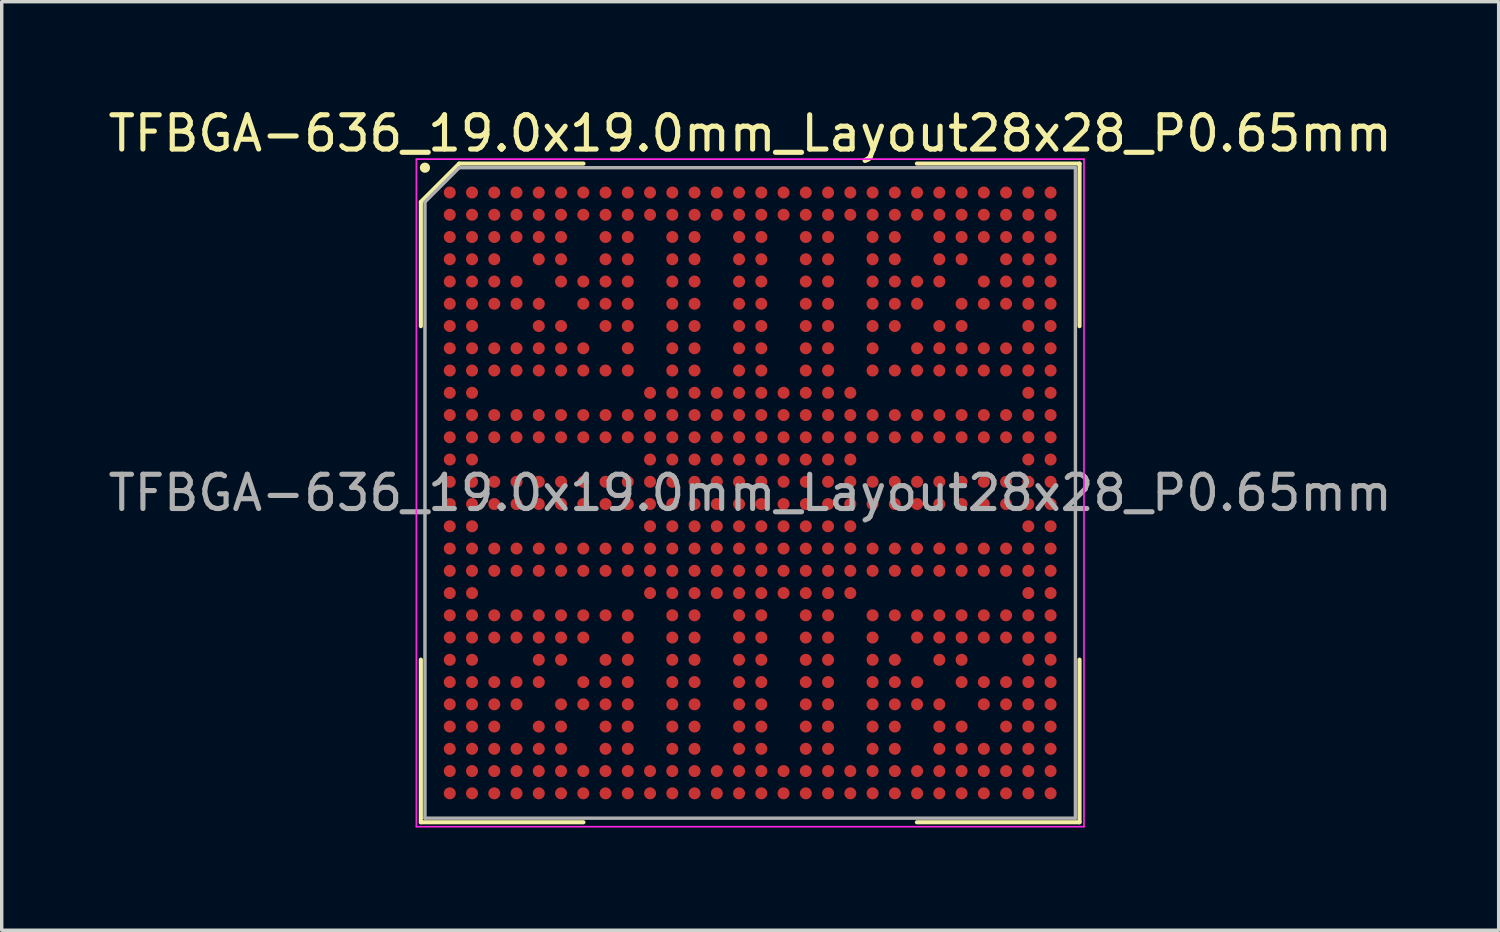
<source format=kicad_pcb>
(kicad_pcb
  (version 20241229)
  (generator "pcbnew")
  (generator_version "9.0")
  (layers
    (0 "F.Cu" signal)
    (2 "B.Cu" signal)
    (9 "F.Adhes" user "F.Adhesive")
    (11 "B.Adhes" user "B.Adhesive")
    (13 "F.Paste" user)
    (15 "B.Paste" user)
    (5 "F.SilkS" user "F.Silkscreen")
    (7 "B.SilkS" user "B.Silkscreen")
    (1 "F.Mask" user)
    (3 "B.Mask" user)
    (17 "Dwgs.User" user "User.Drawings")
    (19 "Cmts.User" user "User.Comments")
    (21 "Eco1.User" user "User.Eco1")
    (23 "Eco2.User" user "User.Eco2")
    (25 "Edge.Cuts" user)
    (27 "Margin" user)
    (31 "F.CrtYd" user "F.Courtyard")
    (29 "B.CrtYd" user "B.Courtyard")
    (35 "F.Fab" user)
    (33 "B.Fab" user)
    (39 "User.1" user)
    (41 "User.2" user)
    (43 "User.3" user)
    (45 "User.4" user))
  (footprint "TFBGA-636_19.0x19.0mm_Layout28x28_P0.65mm"
    (layer "F.Cu")
    (at 18.863 11.348)
    (property "Reference" "TFBGA-636_19.0x19.0mm_Layout28x28_P0.65mm" (at 0 -10.5 0) (layer "F.SilkS") (effects (font (size 1 1) (thickness 0.15))))
    (attr smd)
    (fp_line (start -9.62 -8.5) (end -9.62 -4.87) (stroke (width 0.12) (type solid)) (layer "F.SilkS"))
    (fp_line (start -9.62 9.62) (end -9.62 4.87) (stroke (width 0.12) (type solid)) (layer "F.SilkS"))
    (fp_line (start -8.5 -9.62) (end -9.62 -8.5) (stroke (width 0.12) (type solid)) (layer "F.SilkS"))
    (fp_line (start -4.87 -9.62) (end -8.5 -9.62) (stroke (width 0.12) (type solid)) (layer "F.SilkS"))
    (fp_line (start -4.87 9.62) (end -9.62 9.62) (stroke (width 0.12) (type solid)) (layer "F.SilkS"))
    (fp_line (start 4.87 -9.62) (end 9.62 -9.62) (stroke (width 0.12) (type solid)) (layer "F.SilkS"))
    (fp_line (start 4.87 9.62) (end 9.62 9.62) (stroke (width 0.12) (type solid)) (layer "F.SilkS"))
    (fp_line (start 9.62 -9.62) (end 9.62 -4.87) (stroke (width 0.12) (type solid)) (layer "F.SilkS"))
    (fp_line (start 9.62 9.62) (end 9.62 4.87) (stroke (width 0.12) (type solid)) (layer "F.SilkS"))
    (fp_circle (center -9.5 -9.5) (end -9.425 -9.5) (stroke (width 0.15) (type solid)) (fill no) (layer "F.SilkS"))
    (fp_line (start -9.75 -9.75) (end 9.75 -9.75) (stroke (width 0.05) (type solid)) (layer "F.CrtYd"))
    (fp_line (start -9.75 9.75) (end -9.75 -9.75) (stroke (width 0.05) (type solid)) (layer "F.CrtYd"))
    (fp_line (start 9.75 -9.75) (end 9.75 9.75) (stroke (width 0.05) (type solid)) (layer "F.CrtYd"))
    (fp_line (start 9.75 9.75) (end -9.75 9.75) (stroke (width 0.05) (type solid)) (layer "F.CrtYd"))
    (fp_line (start -9.5 -8.5) (end -9.5 9.5) (stroke (width 0.1) (type solid)) (layer "F.Fab"))
    (fp_line (start -9.5 9.5) (end 9.5 9.5) (stroke (width 0.1) (type solid)) (layer "F.Fab"))
    (fp_line (start -8.5 -9.5) (end -9.5 -8.5) (stroke (width 0.1) (type solid)) (layer "F.Fab"))
    (fp_line (start 9.5 -9.5) (end -8.5 -9.5) (stroke (width 0.1) (type solid)) (layer "F.Fab"))
    (fp_line (start 9.5 9.5) (end 9.5 -9.5) (stroke (width 0.1) (type solid)) (layer "F.Fab"))
    (fp_text user "${REFERENCE}" (at 0 0 0) (layer "F.Fab") (effects (font (size 1 1) (thickness 0.15))))
    (pad "A1" smd circle (at -8.775 -8.775) (size 0.35 0.35) (layers "F.Cu" "F.Mask" "F.Paste"))
    (pad "A2" smd circle (at -8.125 -8.775) (size 0.35 0.35) (layers "F.Cu" "F.Mask" "F.Paste"))
    (pad "A3" smd circle (at -7.475 -8.775) (size 0.35 0.35) (layers "F.Cu" "F.Mask" "F.Paste"))
    (pad "A4" smd circle (at -6.825 -8.775) (size 0.35 0.35) (layers "F.Cu" "F.Mask" "F.Paste"))
    (pad "A5" smd circle (at -6.175 -8.775) (size 0.35 0.35) (layers "F.Cu" "F.Mask" "F.Paste"))
    (pad "A6" smd circle (at -5.525 -8.775) (size 0.35 0.35) (layers "F.Cu" "F.Mask" "F.Paste"))
    (pad "A7" smd circle (at -4.875 -8.775) (size 0.35 0.35) (layers "F.Cu" "F.Mask" "F.Paste"))
    (pad "A8" smd circle (at -4.225 -8.775) (size 0.35 0.35) (layers "F.Cu" "F.Mask" "F.Paste"))
    (pad "A9" smd circle (at -3.575 -8.775) (size 0.35 0.35) (layers "F.Cu" "F.Mask" "F.Paste"))
    (pad "A10" smd circle (at -2.925 -8.775) (size 0.35 0.35) (layers "F.Cu" "F.Mask" "F.Paste"))
    (pad "A11" smd circle (at -2.275 -8.775) (size 0.35 0.35) (layers "F.Cu" "F.Mask" "F.Paste"))
    (pad "A12" smd circle (at -1.625 -8.775) (size 0.35 0.35) (layers "F.Cu" "F.Mask" "F.Paste"))
    (pad "A13" smd circle (at -0.975 -8.775) (size 0.35 0.35) (layers "F.Cu" "F.Mask" "F.Paste"))
    (pad "A14" smd circle (at -0.325 -8.775) (size 0.35 0.35) (layers "F.Cu" "F.Mask" "F.Paste"))
    (pad "A15" smd circle (at 0.325 -8.775) (size 0.35 0.35) (layers "F.Cu" "F.Mask" "F.Paste"))
    (pad "A16" smd circle (at 0.975 -8.775) (size 0.35 0.35) (layers "F.Cu" "F.Mask" "F.Paste"))
    (pad "A17" smd circle (at 1.625 -8.775) (size 0.35 0.35) (layers "F.Cu" "F.Mask" "F.Paste"))
    (pad "A18" smd circle (at 2.275 -8.775) (size 0.35 0.35) (layers "F.Cu" "F.Mask" "F.Paste"))
    (pad "A19" smd circle (at 2.925 -8.775) (size 0.35 0.35) (layers "F.Cu" "F.Mask" "F.Paste"))
    (pad "A20" smd circle (at 3.575 -8.775) (size 0.35 0.35) (layers "F.Cu" "F.Mask" "F.Paste"))
    (pad "A21" smd circle (at 4.225 -8.775) (size 0.35 0.35) (layers "F.Cu" "F.Mask" "F.Paste"))
    (pad "A22" smd circle (at 4.875 -8.775) (size 0.35 0.35) (layers "F.Cu" "F.Mask" "F.Paste"))
    (pad "A23" smd circle (at 5.525 -8.775) (size 0.35 0.35) (layers "F.Cu" "F.Mask" "F.Paste"))
    (pad "A24" smd circle (at 6.175 -8.775) (size 0.35 0.35) (layers "F.Cu" "F.Mask" "F.Paste"))
    (pad "A25" smd circle (at 6.825 -8.775) (size 0.35 0.35) (layers "F.Cu" "F.Mask" "F.Paste"))
    (pad "A26" smd circle (at 7.475 -8.775) (size 0.35 0.35) (layers "F.Cu" "F.Mask" "F.Paste"))
    (pad "A27" smd circle (at 8.125 -8.775) (size 0.35 0.35) (layers "F.Cu" "F.Mask" "F.Paste"))
    (pad "A28" smd circle (at 8.775 -8.775) (size 0.35 0.35) (layers "F.Cu" "F.Mask" "F.Paste"))
    (pad "AA1" smd circle (at -8.775 4.225) (size 0.35 0.35) (layers "F.Cu" "F.Mask" "F.Paste"))
    (pad "AA2" smd circle (at -8.125 4.225) (size 0.35 0.35) (layers "F.Cu" "F.Mask" "F.Paste"))
    (pad "AA3" smd circle (at -7.475 4.225) (size 0.35 0.35) (layers "F.Cu" "F.Mask" "F.Paste"))
    (pad "AA4" smd circle (at -6.825 4.225) (size 0.35 0.35) (layers "F.Cu" "F.Mask" "F.Paste"))
    (pad "AA5" smd circle (at -6.175 4.225) (size 0.35 0.35) (layers "F.Cu" "F.Mask" "F.Paste"))
    (pad "AA6" smd circle (at -5.525 4.225) (size 0.35 0.35) (layers "F.Cu" "F.Mask" "F.Paste"))
    (pad "AA7" smd circle (at -4.875 4.225) (size 0.35 0.35) (layers "F.Cu" "F.Mask" "F.Paste"))
    (pad "AA9" smd circle (at -3.575 4.225) (size 0.35 0.35) (layers "F.Cu" "F.Mask" "F.Paste"))
    (pad "AA11" smd circle (at -2.275 4.225) (size 0.35 0.35) (layers "F.Cu" "F.Mask" "F.Paste"))
    (pad "AA12" smd circle (at -1.625 4.225) (size 0.35 0.35) (layers "F.Cu" "F.Mask" "F.Paste"))
    (pad "AA14" smd circle (at -0.325 4.225) (size 0.35 0.35) (layers "F.Cu" "F.Mask" "F.Paste"))
    (pad "AA15" smd circle (at 0.325 4.225) (size 0.35 0.35) (layers "F.Cu" "F.Mask" "F.Paste"))
    (pad "AA17" smd circle (at 1.625 4.225) (size 0.35 0.35) (layers "F.Cu" "F.Mask" "F.Paste"))
    (pad "AA18" smd circle (at 2.275 4.225) (size 0.35 0.35) (layers "F.Cu" "F.Mask" "F.Paste"))
    (pad "AA20" smd circle (at 3.575 4.225) (size 0.35 0.35) (layers "F.Cu" "F.Mask" "F.Paste"))
    (pad "AA22" smd circle (at 4.875 4.225) (size 0.35 0.35) (layers "F.Cu" "F.Mask" "F.Paste"))
    (pad "AA23" smd circle (at 5.525 4.225) (size 0.35 0.35) (layers "F.Cu" "F.Mask" "F.Paste"))
    (pad "AA24" smd circle (at 6.175 4.225) (size 0.35 0.35) (layers "F.Cu" "F.Mask" "F.Paste"))
    (pad "AA25" smd circle (at 6.825 4.225) (size 0.35 0.35) (layers "F.Cu" "F.Mask" "F.Paste"))
    (pad "AA26" smd circle (at 7.475 4.225) (size 0.35 0.35) (layers "F.Cu" "F.Mask" "F.Paste"))
    (pad "AA27" smd circle (at 8.125 4.225) (size 0.35 0.35) (layers "F.Cu" "F.Mask" "F.Paste"))
    (pad "AA28" smd circle (at 8.775 4.225) (size 0.35 0.35) (layers "F.Cu" "F.Mask" "F.Paste"))
    (pad "AB1" smd circle (at -8.775 4.875) (size 0.35 0.35) (layers "F.Cu" "F.Mask" "F.Paste"))
    (pad "AB2" smd circle (at -8.125 4.875) (size 0.35 0.35) (layers "F.Cu" "F.Mask" "F.Paste"))
    (pad "AB5" smd circle (at -6.175 4.875) (size 0.35 0.35) (layers "F.Cu" "F.Mask" "F.Paste"))
    (pad "AB6" smd circle (at -5.525 4.875) (size 0.35 0.35) (layers "F.Cu" "F.Mask" "F.Paste"))
    (pad "AB8" smd circle (at -4.225 4.875) (size 0.35 0.35) (layers "F.Cu" "F.Mask" "F.Paste"))
    (pad "AB9" smd circle (at -3.575 4.875) (size 0.35 0.35) (layers "F.Cu" "F.Mask" "F.Paste"))
    (pad "AB11" smd circle (at -2.275 4.875) (size 0.35 0.35) (layers "F.Cu" "F.Mask" "F.Paste"))
    (pad "AB12" smd circle (at -1.625 4.875) (size 0.35 0.35) (layers "F.Cu" "F.Mask" "F.Paste"))
    (pad "AB14" smd circle (at -0.325 4.875) (size 0.35 0.35) (layers "F.Cu" "F.Mask" "F.Paste"))
    (pad "AB15" smd circle (at 0.325 4.875) (size 0.35 0.35) (layers "F.Cu" "F.Mask" "F.Paste"))
    (pad "AB17" smd circle (at 1.625 4.875) (size 0.35 0.35) (layers "F.Cu" "F.Mask" "F.Paste"))
    (pad "AB18" smd circle (at 2.275 4.875) (size 0.35 0.35) (layers "F.Cu" "F.Mask" "F.Paste"))
    (pad "AB20" smd circle (at 3.575 4.875) (size 0.35 0.35) (layers "F.Cu" "F.Mask" "F.Paste"))
    (pad "AB21" smd circle (at 4.225 4.875) (size 0.35 0.35) (layers "F.Cu" "F.Mask" "F.Paste"))
    (pad "AB23" smd circle (at 5.525 4.875) (size 0.35 0.35) (layers "F.Cu" "F.Mask" "F.Paste"))
    (pad "AB24" smd circle (at 6.175 4.875) (size 0.35 0.35) (layers "F.Cu" "F.Mask" "F.Paste"))
    (pad "AB27" smd circle (at 8.125 4.875) (size 0.35 0.35) (layers "F.Cu" "F.Mask" "F.Paste"))
    (pad "AB28" smd circle (at 8.775 4.875) (size 0.35 0.35) (layers "F.Cu" "F.Mask" "F.Paste"))
    (pad "AC1" smd circle (at -8.775 5.525) (size 0.35 0.35) (layers "F.Cu" "F.Mask" "F.Paste"))
    (pad "AC2" smd circle (at -8.125 5.525) (size 0.35 0.35) (layers "F.Cu" "F.Mask" "F.Paste"))
    (pad "AC3" smd circle (at -7.475 5.525) (size 0.35 0.35) (layers "F.Cu" "F.Mask" "F.Paste"))
    (pad "AC4" smd circle (at -6.825 5.525) (size 0.35 0.35) (layers "F.Cu" "F.Mask" "F.Paste"))
    (pad "AC5" smd circle (at -6.175 5.525) (size 0.35 0.35) (layers "F.Cu" "F.Mask" "F.Paste"))
    (pad "AC7" smd circle (at -4.875 5.525) (size 0.35 0.35) (layers "F.Cu" "F.Mask" "F.Paste"))
    (pad "AC8" smd circle (at -4.225 5.525) (size 0.35 0.35) (layers "F.Cu" "F.Mask" "F.Paste"))
    (pad "AC9" smd circle (at -3.575 5.525) (size 0.35 0.35) (layers "F.Cu" "F.Mask" "F.Paste"))
    (pad "AC11" smd circle (at -2.275 5.525) (size 0.35 0.35) (layers "F.Cu" "F.Mask" "F.Paste"))
    (pad "AC12" smd circle (at -1.625 5.525) (size 0.35 0.35) (layers "F.Cu" "F.Mask" "F.Paste"))
    (pad "AC14" smd circle (at -0.325 5.525) (size 0.35 0.35) (layers "F.Cu" "F.Mask" "F.Paste"))
    (pad "AC15" smd circle (at 0.325 5.525) (size 0.35 0.35) (layers "F.Cu" "F.Mask" "F.Paste"))
    (pad "AC17" smd circle (at 1.625 5.525) (size 0.35 0.35) (layers "F.Cu" "F.Mask" "F.Paste"))
    (pad "AC18" smd circle (at 2.275 5.525) (size 0.35 0.35) (layers "F.Cu" "F.Mask" "F.Paste"))
    (pad "AC20" smd circle (at 3.575 5.525) (size 0.35 0.35) (layers "F.Cu" "F.Mask" "F.Paste"))
    (pad "AC21" smd circle (at 4.225 5.525) (size 0.35 0.35) (layers "F.Cu" "F.Mask" "F.Paste"))
    (pad "AC22" smd circle (at 4.875 5.525) (size 0.35 0.35) (layers "F.Cu" "F.Mask" "F.Paste"))
    (pad "AC24" smd circle (at 6.175 5.525) (size 0.35 0.35) (layers "F.Cu" "F.Mask" "F.Paste"))
    (pad "AC25" smd circle (at 6.825 5.525) (size 0.35 0.35) (layers "F.Cu" "F.Mask" "F.Paste"))
    (pad "AC26" smd circle (at 7.475 5.525) (size 0.35 0.35) (layers "F.Cu" "F.Mask" "F.Paste"))
    (pad "AC27" smd circle (at 8.125 5.525) (size 0.35 0.35) (layers "F.Cu" "F.Mask" "F.Paste"))
    (pad "AC28" smd circle (at 8.775 5.525) (size 0.35 0.35) (layers "F.Cu" "F.Mask" "F.Paste"))
    (pad "AD1" smd circle (at -8.775 6.175) (size 0.35 0.35) (layers "F.Cu" "F.Mask" "F.Paste"))
    (pad "AD2" smd circle (at -8.125 6.175) (size 0.35 0.35) (layers "F.Cu" "F.Mask" "F.Paste"))
    (pad "AD3" smd circle (at -7.475 6.175) (size 0.35 0.35) (layers "F.Cu" "F.Mask" "F.Paste"))
    (pad "AD4" smd circle (at -6.825 6.175) (size 0.35 0.35) (layers "F.Cu" "F.Mask" "F.Paste"))
    (pad "AD6" smd circle (at -5.525 6.175) (size 0.35 0.35) (layers "F.Cu" "F.Mask" "F.Paste"))
    (pad "AD7" smd circle (at -4.875 6.175) (size 0.35 0.35) (layers "F.Cu" "F.Mask" "F.Paste"))
    (pad "AD8" smd circle (at -4.225 6.175) (size 0.35 0.35) (layers "F.Cu" "F.Mask" "F.Paste"))
    (pad "AD9" smd circle (at -3.575 6.175) (size 0.35 0.35) (layers "F.Cu" "F.Mask" "F.Paste"))
    (pad "AD11" smd circle (at -2.275 6.175) (size 0.35 0.35) (layers "F.Cu" "F.Mask" "F.Paste"))
    (pad "AD12" smd circle (at -1.625 6.175) (size 0.35 0.35) (layers "F.Cu" "F.Mask" "F.Paste"))
    (pad "AD14" smd circle (at -0.325 6.175) (size 0.35 0.35) (layers "F.Cu" "F.Mask" "F.Paste"))
    (pad "AD15" smd circle (at 0.325 6.175) (size 0.35 0.35) (layers "F.Cu" "F.Mask" "F.Paste"))
    (pad "AD17" smd circle (at 1.625 6.175) (size 0.35 0.35) (layers "F.Cu" "F.Mask" "F.Paste"))
    (pad "AD18" smd circle (at 2.275 6.175) (size 0.35 0.35) (layers "F.Cu" "F.Mask" "F.Paste"))
    (pad "AD20" smd circle (at 3.575 6.175) (size 0.35 0.35) (layers "F.Cu" "F.Mask" "F.Paste"))
    (pad "AD21" smd circle (at 4.225 6.175) (size 0.35 0.35) (layers "F.Cu" "F.Mask" "F.Paste"))
    (pad "AD22" smd circle (at 4.875 6.175) (size 0.35 0.35) (layers "F.Cu" "F.Mask" "F.Paste"))
    (pad "AD23" smd circle (at 5.525 6.175) (size 0.35 0.35) (layers "F.Cu" "F.Mask" "F.Paste"))
    (pad "AD25" smd circle (at 6.825 6.175) (size 0.35 0.35) (layers "F.Cu" "F.Mask" "F.Paste"))
    (pad "AD26" smd circle (at 7.475 6.175) (size 0.35 0.35) (layers "F.Cu" "F.Mask" "F.Paste"))
    (pad "AD27" smd circle (at 8.125 6.175) (size 0.35 0.35) (layers "F.Cu" "F.Mask" "F.Paste"))
    (pad "AD28" smd circle (at 8.775 6.175) (size 0.35 0.35) (layers "F.Cu" "F.Mask" "F.Paste"))
    (pad "AE1" smd circle (at -8.775 6.825) (size 0.35 0.35) (layers "F.Cu" "F.Mask" "F.Paste"))
    (pad "AE2" smd circle (at -8.125 6.825) (size 0.35 0.35) (layers "F.Cu" "F.Mask" "F.Paste"))
    (pad "AE3" smd circle (at -7.475 6.825) (size 0.35 0.35) (layers "F.Cu" "F.Mask" "F.Paste"))
    (pad "AE5" smd circle (at -6.175 6.825) (size 0.35 0.35) (layers "F.Cu" "F.Mask" "F.Paste"))
    (pad "AE6" smd circle (at -5.525 6.825) (size 0.35 0.35) (layers "F.Cu" "F.Mask" "F.Paste"))
    (pad "AE8" smd circle (at -4.225 6.825) (size 0.35 0.35) (layers "F.Cu" "F.Mask" "F.Paste"))
    (pad "AE9" smd circle (at -3.575 6.825) (size 0.35 0.35) (layers "F.Cu" "F.Mask" "F.Paste"))
    (pad "AE11" smd circle (at -2.275 6.825) (size 0.35 0.35) (layers "F.Cu" "F.Mask" "F.Paste"))
    (pad "AE12" smd circle (at -1.625 6.825) (size 0.35 0.35) (layers "F.Cu" "F.Mask" "F.Paste"))
    (pad "AE14" smd circle (at -0.325 6.825) (size 0.35 0.35) (layers "F.Cu" "F.Mask" "F.Paste"))
    (pad "AE15" smd circle (at 0.325 6.825) (size 0.35 0.35) (layers "F.Cu" "F.Mask" "F.Paste"))
    (pad "AE17" smd circle (at 1.625 6.825) (size 0.35 0.35) (layers "F.Cu" "F.Mask" "F.Paste"))
    (pad "AE18" smd circle (at 2.275 6.825) (size 0.35 0.35) (layers "F.Cu" "F.Mask" "F.Paste"))
    (pad "AE20" smd circle (at 3.575 6.825) (size 0.35 0.35) (layers "F.Cu" "F.Mask" "F.Paste"))
    (pad "AE21" smd circle (at 4.225 6.825) (size 0.35 0.35) (layers "F.Cu" "F.Mask" "F.Paste"))
    (pad "AE23" smd circle (at 5.525 6.825) (size 0.35 0.35) (layers "F.Cu" "F.Mask" "F.Paste"))
    (pad "AE24" smd circle (at 6.175 6.825) (size 0.35 0.35) (layers "F.Cu" "F.Mask" "F.Paste"))
    (pad "AE26" smd circle (at 7.475 6.825) (size 0.35 0.35) (layers "F.Cu" "F.Mask" "F.Paste"))
    (pad "AE27" smd circle (at 8.125 6.825) (size 0.35 0.35) (layers "F.Cu" "F.Mask" "F.Paste"))
    (pad "AE28" smd circle (at 8.775 6.825) (size 0.35 0.35) (layers "F.Cu" "F.Mask" "F.Paste"))
    (pad "AF1" smd circle (at -8.775 7.475) (size 0.35 0.35) (layers "F.Cu" "F.Mask" "F.Paste"))
    (pad "AF2" smd circle (at -8.125 7.475) (size 0.35 0.35) (layers "F.Cu" "F.Mask" "F.Paste"))
    (pad "AF3" smd circle (at -7.475 7.475) (size 0.35 0.35) (layers "F.Cu" "F.Mask" "F.Paste"))
    (pad "AF4" smd circle (at -6.825 7.475) (size 0.35 0.35) (layers "F.Cu" "F.Mask" "F.Paste"))
    (pad "AF5" smd circle (at -6.175 7.475) (size 0.35 0.35) (layers "F.Cu" "F.Mask" "F.Paste"))
    (pad "AF6" smd circle (at -5.525 7.475) (size 0.35 0.35) (layers "F.Cu" "F.Mask" "F.Paste"))
    (pad "AF8" smd circle (at -4.225 7.475) (size 0.35 0.35) (layers "F.Cu" "F.Mask" "F.Paste"))
    (pad "AF9" smd circle (at -3.575 7.475) (size 0.35 0.35) (layers "F.Cu" "F.Mask" "F.Paste"))
    (pad "AF11" smd circle (at -2.275 7.475) (size 0.35 0.35) (layers "F.Cu" "F.Mask" "F.Paste"))
    (pad "AF12" smd circle (at -1.625 7.475) (size 0.35 0.35) (layers "F.Cu" "F.Mask" "F.Paste"))
    (pad "AF14" smd circle (at -0.325 7.475) (size 0.35 0.35) (layers "F.Cu" "F.Mask" "F.Paste"))
    (pad "AF15" smd circle (at 0.325 7.475) (size 0.35 0.35) (layers "F.Cu" "F.Mask" "F.Paste"))
    (pad "AF17" smd circle (at 1.625 7.475) (size 0.35 0.35) (layers "F.Cu" "F.Mask" "F.Paste"))
    (pad "AF18" smd circle (at 2.275 7.475) (size 0.35 0.35) (layers "F.Cu" "F.Mask" "F.Paste"))
    (pad "AF20" smd circle (at 3.575 7.475) (size 0.35 0.35) (layers "F.Cu" "F.Mask" "F.Paste"))
    (pad "AF21" smd circle (at 4.225 7.475) (size 0.35 0.35) (layers "F.Cu" "F.Mask" "F.Paste"))
    (pad "AF23" smd circle (at 5.525 7.475) (size 0.35 0.35) (layers "F.Cu" "F.Mask" "F.Paste"))
    (pad "AF24" smd circle (at 6.175 7.475) (size 0.35 0.35) (layers "F.Cu" "F.Mask" "F.Paste"))
    (pad "AF25" smd circle (at 6.825 7.475) (size 0.35 0.35) (layers "F.Cu" "F.Mask" "F.Paste"))
    (pad "AF26" smd circle (at 7.475 7.475) (size 0.35 0.35) (layers "F.Cu" "F.Mask" "F.Paste"))
    (pad "AF27" smd circle (at 8.125 7.475) (size 0.35 0.35) (layers "F.Cu" "F.Mask" "F.Paste"))
    (pad "AF28" smd circle (at 8.775 7.475) (size 0.35 0.35) (layers "F.Cu" "F.Mask" "F.Paste"))
    (pad "AG1" smd circle (at -8.775 8.125) (size 0.35 0.35) (layers "F.Cu" "F.Mask" "F.Paste"))
    (pad "AG2" smd circle (at -8.125 8.125) (size 0.35 0.35) (layers "F.Cu" "F.Mask" "F.Paste"))
    (pad "AG3" smd circle (at -7.475 8.125) (size 0.35 0.35) (layers "F.Cu" "F.Mask" "F.Paste"))
    (pad "AG4" smd circle (at -6.825 8.125) (size 0.35 0.35) (layers "F.Cu" "F.Mask" "F.Paste"))
    (pad "AG5" smd circle (at -6.175 8.125) (size 0.35 0.35) (layers "F.Cu" "F.Mask" "F.Paste"))
    (pad "AG6" smd circle (at -5.525 8.125) (size 0.35 0.35) (layers "F.Cu" "F.Mask" "F.Paste"))
    (pad "AG7" smd circle (at -4.875 8.125) (size 0.35 0.35) (layers "F.Cu" "F.Mask" "F.Paste"))
    (pad "AG8" smd circle (at -4.225 8.125) (size 0.35 0.35) (layers "F.Cu" "F.Mask" "F.Paste"))
    (pad "AG9" smd circle (at -3.575 8.125) (size 0.35 0.35) (layers "F.Cu" "F.Mask" "F.Paste"))
    (pad "AG10" smd circle (at -2.925 8.125) (size 0.35 0.35) (layers "F.Cu" "F.Mask" "F.Paste"))
    (pad "AG11" smd circle (at -2.275 8.125) (size 0.35 0.35) (layers "F.Cu" "F.Mask" "F.Paste"))
    (pad "AG12" smd circle (at -1.625 8.125) (size 0.35 0.35) (layers "F.Cu" "F.Mask" "F.Paste"))
    (pad "AG13" smd circle (at -0.975 8.125) (size 0.35 0.35) (layers "F.Cu" "F.Mask" "F.Paste"))
    (pad "AG14" smd circle (at -0.325 8.125) (size 0.35 0.35) (layers "F.Cu" "F.Mask" "F.Paste"))
    (pad "AG15" smd circle (at 0.325 8.125) (size 0.35 0.35) (layers "F.Cu" "F.Mask" "F.Paste"))
    (pad "AG16" smd circle (at 0.975 8.125) (size 0.35 0.35) (layers "F.Cu" "F.Mask" "F.Paste"))
    (pad "AG17" smd circle (at 1.625 8.125) (size 0.35 0.35) (layers "F.Cu" "F.Mask" "F.Paste"))
    (pad "AG18" smd circle (at 2.275 8.125) (size 0.35 0.35) (layers "F.Cu" "F.Mask" "F.Paste"))
    (pad "AG19" smd circle (at 2.925 8.125) (size 0.35 0.35) (layers "F.Cu" "F.Mask" "F.Paste"))
    (pad "AG20" smd circle (at 3.575 8.125) (size 0.35 0.35) (layers "F.Cu" "F.Mask" "F.Paste"))
    (pad "AG21" smd circle (at 4.225 8.125) (size 0.35 0.35) (layers "F.Cu" "F.Mask" "F.Paste"))
    (pad "AG22" smd circle (at 4.875 8.125) (size 0.35 0.35) (layers "F.Cu" "F.Mask" "F.Paste"))
    (pad "AG23" smd circle (at 5.525 8.125) (size 0.35 0.35) (layers "F.Cu" "F.Mask" "F.Paste"))
    (pad "AG24" smd circle (at 6.175 8.125) (size 0.35 0.35) (layers "F.Cu" "F.Mask" "F.Paste"))
    (pad "AG25" smd circle (at 6.825 8.125) (size 0.35 0.35) (layers "F.Cu" "F.Mask" "F.Paste"))
    (pad "AG26" smd circle (at 7.475 8.125) (size 0.35 0.35) (layers "F.Cu" "F.Mask" "F.Paste"))
    (pad "AG27" smd circle (at 8.125 8.125) (size 0.35 0.35) (layers "F.Cu" "F.Mask" "F.Paste"))
    (pad "AG28" smd circle (at 8.775 8.125) (size 0.35 0.35) (layers "F.Cu" "F.Mask" "F.Paste"))
    (pad "AH1" smd circle (at -8.775 8.775) (size 0.35 0.35) (layers "F.Cu" "F.Mask" "F.Paste"))
    (pad "AH2" smd circle (at -8.125 8.775) (size 0.35 0.35) (layers "F.Cu" "F.Mask" "F.Paste"))
    (pad "AH3" smd circle (at -7.475 8.775) (size 0.35 0.35) (layers "F.Cu" "F.Mask" "F.Paste"))
    (pad "AH4" smd circle (at -6.825 8.775) (size 0.35 0.35) (layers "F.Cu" "F.Mask" "F.Paste"))
    (pad "AH5" smd circle (at -6.175 8.775) (size 0.35 0.35) (layers "F.Cu" "F.Mask" "F.Paste"))
    (pad "AH6" smd circle (at -5.525 8.775) (size 0.35 0.35) (layers "F.Cu" "F.Mask" "F.Paste"))
    (pad "AH7" smd circle (at -4.875 8.775) (size 0.35 0.35) (layers "F.Cu" "F.Mask" "F.Paste"))
    (pad "AH8" smd circle (at -4.225 8.775) (size 0.35 0.35) (layers "F.Cu" "F.Mask" "F.Paste"))
    (pad "AH9" smd circle (at -3.575 8.775) (size 0.35 0.35) (layers "F.Cu" "F.Mask" "F.Paste"))
    (pad "AH10" smd circle (at -2.925 8.775) (size 0.35 0.35) (layers "F.Cu" "F.Mask" "F.Paste"))
    (pad "AH11" smd circle (at -2.275 8.775) (size 0.35 0.35) (layers "F.Cu" "F.Mask" "F.Paste"))
    (pad "AH12" smd circle (at -1.625 8.775) (size 0.35 0.35) (layers "F.Cu" "F.Mask" "F.Paste"))
    (pad "AH13" smd circle (at -0.975 8.775) (size 0.35 0.35) (layers "F.Cu" "F.Mask" "F.Paste"))
    (pad "AH14" smd circle (at -0.325 8.775) (size 0.35 0.35) (layers "F.Cu" "F.Mask" "F.Paste"))
    (pad "AH15" smd circle (at 0.325 8.775) (size 0.35 0.35) (layers "F.Cu" "F.Mask" "F.Paste"))
    (pad "AH16" smd circle (at 0.975 8.775) (size 0.35 0.35) (layers "F.Cu" "F.Mask" "F.Paste"))
    (pad "AH17" smd circle (at 1.625 8.775) (size 0.35 0.35) (layers "F.Cu" "F.Mask" "F.Paste"))
    (pad "AH18" smd circle (at 2.275 8.775) (size 0.35 0.35) (layers "F.Cu" "F.Mask" "F.Paste"))
    (pad "AH19" smd circle (at 2.925 8.775) (size 0.35 0.35) (layers "F.Cu" "F.Mask" "F.Paste"))
    (pad "AH20" smd circle (at 3.575 8.775) (size 0.35 0.35) (layers "F.Cu" "F.Mask" "F.Paste"))
    (pad "AH21" smd circle (at 4.225 8.775) (size 0.35 0.35) (layers "F.Cu" "F.Mask" "F.Paste"))
    (pad "AH22" smd circle (at 4.875 8.775) (size 0.35 0.35) (layers "F.Cu" "F.Mask" "F.Paste"))
    (pad "AH23" smd circle (at 5.525 8.775) (size 0.35 0.35) (layers "F.Cu" "F.Mask" "F.Paste"))
    (pad "AH24" smd circle (at 6.175 8.775) (size 0.35 0.35) (layers "F.Cu" "F.Mask" "F.Paste"))
    (pad "AH25" smd circle (at 6.825 8.775) (size 0.35 0.35) (layers "F.Cu" "F.Mask" "F.Paste"))
    (pad "AH26" smd circle (at 7.475 8.775) (size 0.35 0.35) (layers "F.Cu" "F.Mask" "F.Paste"))
    (pad "AH27" smd circle (at 8.125 8.775) (size 0.35 0.35) (layers "F.Cu" "F.Mask" "F.Paste"))
    (pad "AH28" smd circle (at 8.775 8.775) (size 0.35 0.35) (layers "F.Cu" "F.Mask" "F.Paste"))
    (pad "B1" smd circle (at -8.775 -8.125) (size 0.35 0.35) (layers "F.Cu" "F.Mask" "F.Paste"))
    (pad "B2" smd circle (at -8.125 -8.125) (size 0.35 0.35) (layers "F.Cu" "F.Mask" "F.Paste"))
    (pad "B3" smd circle (at -7.475 -8.125) (size 0.35 0.35) (layers "F.Cu" "F.Mask" "F.Paste"))
    (pad "B4" smd circle (at -6.825 -8.125) (size 0.35 0.35) (layers "F.Cu" "F.Mask" "F.Paste"))
    (pad "B5" smd circle (at -6.175 -8.125) (size 0.35 0.35) (layers "F.Cu" "F.Mask" "F.Paste"))
    (pad "B6" smd circle (at -5.525 -8.125) (size 0.35 0.35) (layers "F.Cu" "F.Mask" "F.Paste"))
    (pad "B7" smd circle (at -4.875 -8.125) (size 0.35 0.35) (layers "F.Cu" "F.Mask" "F.Paste"))
    (pad "B8" smd circle (at -4.225 -8.125) (size 0.35 0.35) (layers "F.Cu" "F.Mask" "F.Paste"))
    (pad "B9" smd circle (at -3.575 -8.125) (size 0.35 0.35) (layers "F.Cu" "F.Mask" "F.Paste"))
    (pad "B10" smd circle (at -2.925 -8.125) (size 0.35 0.35) (layers "F.Cu" "F.Mask" "F.Paste"))
    (pad "B11" smd circle (at -2.275 -8.125) (size 0.35 0.35) (layers "F.Cu" "F.Mask" "F.Paste"))
    (pad "B12" smd circle (at -1.625 -8.125) (size 0.35 0.35) (layers "F.Cu" "F.Mask" "F.Paste"))
    (pad "B13" smd circle (at -0.975 -8.125) (size 0.35 0.35) (layers "F.Cu" "F.Mask" "F.Paste"))
    (pad "B14" smd circle (at -0.325 -8.125) (size 0.35 0.35) (layers "F.Cu" "F.Mask" "F.Paste"))
    (pad "B15" smd circle (at 0.325 -8.125) (size 0.35 0.35) (layers "F.Cu" "F.Mask" "F.Paste"))
    (pad "B16" smd circle (at 0.975 -8.125) (size 0.35 0.35) (layers "F.Cu" "F.Mask" "F.Paste"))
    (pad "B17" smd circle (at 1.625 -8.125) (size 0.35 0.35) (layers "F.Cu" "F.Mask" "F.Paste"))
    (pad "B18" smd circle (at 2.275 -8.125) (size 0.35 0.35) (layers "F.Cu" "F.Mask" "F.Paste"))
    (pad "B19" smd circle (at 2.925 -8.125) (size 0.35 0.35) (layers "F.Cu" "F.Mask" "F.Paste"))
    (pad "B20" smd circle (at 3.575 -8.125) (size 0.35 0.35) (layers "F.Cu" "F.Mask" "F.Paste"))
    (pad "B21" smd circle (at 4.225 -8.125) (size 0.35 0.35) (layers "F.Cu" "F.Mask" "F.Paste"))
    (pad "B22" smd circle (at 4.875 -8.125) (size 0.35 0.35) (layers "F.Cu" "F.Mask" "F.Paste"))
    (pad "B23" smd circle (at 5.525 -8.125) (size 0.35 0.35) (layers "F.Cu" "F.Mask" "F.Paste"))
    (pad "B24" smd circle (at 6.175 -8.125) (size 0.35 0.35) (layers "F.Cu" "F.Mask" "F.Paste"))
    (pad "B25" smd circle (at 6.825 -8.125) (size 0.35 0.35) (layers "F.Cu" "F.Mask" "F.Paste"))
    (pad "B26" smd circle (at 7.475 -8.125) (size 0.35 0.35) (layers "F.Cu" "F.Mask" "F.Paste"))
    (pad "B27" smd circle (at 8.125 -8.125) (size 0.35 0.35) (layers "F.Cu" "F.Mask" "F.Paste"))
    (pad "B28" smd circle (at 8.775 -8.125) (size 0.35 0.35) (layers "F.Cu" "F.Mask" "F.Paste"))
    (pad "C1" smd circle (at -8.775 -7.475) (size 0.35 0.35) (layers "F.Cu" "F.Mask" "F.Paste"))
    (pad "C2" smd circle (at -8.125 -7.475) (size 0.35 0.35) (layers "F.Cu" "F.Mask" "F.Paste"))
    (pad "C3" smd circle (at -7.475 -7.475) (size 0.35 0.35) (layers "F.Cu" "F.Mask" "F.Paste"))
    (pad "C4" smd circle (at -6.825 -7.475) (size 0.35 0.35) (layers "F.Cu" "F.Mask" "F.Paste"))
    (pad "C5" smd circle (at -6.175 -7.475) (size 0.35 0.35) (layers "F.Cu" "F.Mask" "F.Paste"))
    (pad "C6" smd circle (at -5.525 -7.475) (size 0.35 0.35) (layers "F.Cu" "F.Mask" "F.Paste"))
    (pad "C8" smd circle (at -4.225 -7.475) (size 0.35 0.35) (layers "F.Cu" "F.Mask" "F.Paste"))
    (pad "C9" smd circle (at -3.575 -7.475) (size 0.35 0.35) (layers "F.Cu" "F.Mask" "F.Paste"))
    (pad "C11" smd circle (at -2.275 -7.475) (size 0.35 0.35) (layers "F.Cu" "F.Mask" "F.Paste"))
    (pad "C12" smd circle (at -1.625 -7.475) (size 0.35 0.35) (layers "F.Cu" "F.Mask" "F.Paste"))
    (pad "C14" smd circle (at -0.325 -7.475) (size 0.35 0.35) (layers "F.Cu" "F.Mask" "F.Paste"))
    (pad "C15" smd circle (at 0.325 -7.475) (size 0.35 0.35) (layers "F.Cu" "F.Mask" "F.Paste"))
    (pad "C17" smd circle (at 1.625 -7.475) (size 0.35 0.35) (layers "F.Cu" "F.Mask" "F.Paste"))
    (pad "C18" smd circle (at 2.275 -7.475) (size 0.35 0.35) (layers "F.Cu" "F.Mask" "F.Paste"))
    (pad "C20" smd circle (at 3.575 -7.475) (size 0.35 0.35) (layers "F.Cu" "F.Mask" "F.Paste"))
    (pad "C21" smd circle (at 4.225 -7.475) (size 0.35 0.35) (layers "F.Cu" "F.Mask" "F.Paste"))
    (pad "C23" smd circle (at 5.525 -7.475) (size 0.35 0.35) (layers "F.Cu" "F.Mask" "F.Paste"))
    (pad "C24" smd circle (at 6.175 -7.475) (size 0.35 0.35) (layers "F.Cu" "F.Mask" "F.Paste"))
    (pad "C25" smd circle (at 6.825 -7.475) (size 0.35 0.35) (layers "F.Cu" "F.Mask" "F.Paste"))
    (pad "C26" smd circle (at 7.475 -7.475) (size 0.35 0.35) (layers "F.Cu" "F.Mask" "F.Paste"))
    (pad "C27" smd circle (at 8.125 -7.475) (size 0.35 0.35) (layers "F.Cu" "F.Mask" "F.Paste"))
    (pad "C28" smd circle (at 8.775 -7.475) (size 0.35 0.35) (layers "F.Cu" "F.Mask" "F.Paste"))
    (pad "D1" smd circle (at -8.775 -6.825) (size 0.35 0.35) (layers "F.Cu" "F.Mask" "F.Paste"))
    (pad "D2" smd circle (at -8.125 -6.825) (size 0.35 0.35) (layers "F.Cu" "F.Mask" "F.Paste"))
    (pad "D3" smd circle (at -7.475 -6.825) (size 0.35 0.35) (layers "F.Cu" "F.Mask" "F.Paste"))
    (pad "D5" smd circle (at -6.175 -6.825) (size 0.35 0.35) (layers "F.Cu" "F.Mask" "F.Paste"))
    (pad "D6" smd circle (at -5.525 -6.825) (size 0.35 0.35) (layers "F.Cu" "F.Mask" "F.Paste"))
    (pad "D8" smd circle (at -4.225 -6.825) (size 0.35 0.35) (layers "F.Cu" "F.Mask" "F.Paste"))
    (pad "D9" smd circle (at -3.575 -6.825) (size 0.35 0.35) (layers "F.Cu" "F.Mask" "F.Paste"))
    (pad "D11" smd circle (at -2.275 -6.825) (size 0.35 0.35) (layers "F.Cu" "F.Mask" "F.Paste"))
    (pad "D12" smd circle (at -1.625 -6.825) (size 0.35 0.35) (layers "F.Cu" "F.Mask" "F.Paste"))
    (pad "D14" smd circle (at -0.325 -6.825) (size 0.35 0.35) (layers "F.Cu" "F.Mask" "F.Paste"))
    (pad "D15" smd circle (at 0.325 -6.825) (size 0.35 0.35) (layers "F.Cu" "F.Mask" "F.Paste"))
    (pad "D17" smd circle (at 1.625 -6.825) (size 0.35 0.35) (layers "F.Cu" "F.Mask" "F.Paste"))
    (pad "D18" smd circle (at 2.275 -6.825) (size 0.35 0.35) (layers "F.Cu" "F.Mask" "F.Paste"))
    (pad "D20" smd circle (at 3.575 -6.825) (size 0.35 0.35) (layers "F.Cu" "F.Mask" "F.Paste"))
    (pad "D21" smd circle (at 4.225 -6.825) (size 0.35 0.35) (layers "F.Cu" "F.Mask" "F.Paste"))
    (pad "D23" smd circle (at 5.525 -6.825) (size 0.35 0.35) (layers "F.Cu" "F.Mask" "F.Paste"))
    (pad "D24" smd circle (at 6.175 -6.825) (size 0.35 0.35) (layers "F.Cu" "F.Mask" "F.Paste"))
    (pad "D26" smd circle (at 7.475 -6.825) (size 0.35 0.35) (layers "F.Cu" "F.Mask" "F.Paste"))
    (pad "D27" smd circle (at 8.125 -6.825) (size 0.35 0.35) (layers "F.Cu" "F.Mask" "F.Paste"))
    (pad "D28" smd circle (at 8.775 -6.825) (size 0.35 0.35) (layers "F.Cu" "F.Mask" "F.Paste"))
    (pad "E1" smd circle (at -8.775 -6.175) (size 0.35 0.35) (layers "F.Cu" "F.Mask" "F.Paste"))
    (pad "E2" smd circle (at -8.125 -6.175) (size 0.35 0.35) (layers "F.Cu" "F.Mask" "F.Paste"))
    (pad "E3" smd circle (at -7.475 -6.175) (size 0.35 0.35) (layers "F.Cu" "F.Mask" "F.Paste"))
    (pad "E4" smd circle (at -6.825 -6.175) (size 0.35 0.35) (layers "F.Cu" "F.Mask" "F.Paste"))
    (pad "E6" smd circle (at -5.525 -6.175) (size 0.35 0.35) (layers "F.Cu" "F.Mask" "F.Paste"))
    (pad "E7" smd circle (at -4.875 -6.175) (size 0.35 0.35) (layers "F.Cu" "F.Mask" "F.Paste"))
    (pad "E8" smd circle (at -4.225 -6.175) (size 0.35 0.35) (layers "F.Cu" "F.Mask" "F.Paste"))
    (pad "E9" smd circle (at -3.575 -6.175) (size 0.35 0.35) (layers "F.Cu" "F.Mask" "F.Paste"))
    (pad "E11" smd circle (at -2.275 -6.175) (size 0.35 0.35) (layers "F.Cu" "F.Mask" "F.Paste"))
    (pad "E12" smd circle (at -1.625 -6.175) (size 0.35 0.35) (layers "F.Cu" "F.Mask" "F.Paste"))
    (pad "E14" smd circle (at -0.325 -6.175) (size 0.35 0.35) (layers "F.Cu" "F.Mask" "F.Paste"))
    (pad "E15" smd circle (at 0.325 -6.175) (size 0.35 0.35) (layers "F.Cu" "F.Mask" "F.Paste"))
    (pad "E17" smd circle (at 1.625 -6.175) (size 0.35 0.35) (layers "F.Cu" "F.Mask" "F.Paste"))
    (pad "E18" smd circle (at 2.275 -6.175) (size 0.35 0.35) (layers "F.Cu" "F.Mask" "F.Paste"))
    (pad "E20" smd circle (at 3.575 -6.175) (size 0.35 0.35) (layers "F.Cu" "F.Mask" "F.Paste"))
    (pad "E21" smd circle (at 4.225 -6.175) (size 0.35 0.35) (layers "F.Cu" "F.Mask" "F.Paste"))
    (pad "E22" smd circle (at 4.875 -6.175) (size 0.35 0.35) (layers "F.Cu" "F.Mask" "F.Paste"))
    (pad "E23" smd circle (at 5.525 -6.175) (size 0.35 0.35) (layers "F.Cu" "F.Mask" "F.Paste"))
    (pad "E25" smd circle (at 6.825 -6.175) (size 0.35 0.35) (layers "F.Cu" "F.Mask" "F.Paste"))
    (pad "E26" smd circle (at 7.475 -6.175) (size 0.35 0.35) (layers "F.Cu" "F.Mask" "F.Paste"))
    (pad "E27" smd circle (at 8.125 -6.175) (size 0.35 0.35) (layers "F.Cu" "F.Mask" "F.Paste"))
    (pad "E28" smd circle (at 8.775 -6.175) (size 0.35 0.35) (layers "F.Cu" "F.Mask" "F.Paste"))
    (pad "F1" smd circle (at -8.775 -5.525) (size 0.35 0.35) (layers "F.Cu" "F.Mask" "F.Paste"))
    (pad "F2" smd circle (at -8.125 -5.525) (size 0.35 0.35) (layers "F.Cu" "F.Mask" "F.Paste"))
    (pad "F3" smd circle (at -7.475 -5.525) (size 0.35 0.35) (layers "F.Cu" "F.Mask" "F.Paste"))
    (pad "F4" smd circle (at -6.825 -5.525) (size 0.35 0.35) (layers "F.Cu" "F.Mask" "F.Paste"))
    (pad "F5" smd circle (at -6.175 -5.525) (size 0.35 0.35) (layers "F.Cu" "F.Mask" "F.Paste"))
    (pad "F7" smd circle (at -4.875 -5.525) (size 0.35 0.35) (layers "F.Cu" "F.Mask" "F.Paste"))
    (pad "F8" smd circle (at -4.225 -5.525) (size 0.35 0.35) (layers "F.Cu" "F.Mask" "F.Paste"))
    (pad "F9" smd circle (at -3.575 -5.525) (size 0.35 0.35) (layers "F.Cu" "F.Mask" "F.Paste"))
    (pad "F11" smd circle (at -2.275 -5.525) (size 0.35 0.35) (layers "F.Cu" "F.Mask" "F.Paste"))
    (pad "F12" smd circle (at -1.625 -5.525) (size 0.35 0.35) (layers "F.Cu" "F.Mask" "F.Paste"))
    (pad "F14" smd circle (at -0.325 -5.525) (size 0.35 0.35) (layers "F.Cu" "F.Mask" "F.Paste"))
    (pad "F15" smd circle (at 0.325 -5.525) (size 0.35 0.35) (layers "F.Cu" "F.Mask" "F.Paste"))
    (pad "F17" smd circle (at 1.625 -5.525) (size 0.35 0.35) (layers "F.Cu" "F.Mask" "F.Paste"))
    (pad "F18" smd circle (at 2.275 -5.525) (size 0.35 0.35) (layers "F.Cu" "F.Mask" "F.Paste"))
    (pad "F20" smd circle (at 3.575 -5.525) (size 0.35 0.35) (layers "F.Cu" "F.Mask" "F.Paste"))
    (pad "F21" smd circle (at 4.225 -5.525) (size 0.35 0.35) (layers "F.Cu" "F.Mask" "F.Paste"))
    (pad "F22" smd circle (at 4.875 -5.525) (size 0.35 0.35) (layers "F.Cu" "F.Mask" "F.Paste"))
    (pad "F24" smd circle (at 6.175 -5.525) (size 0.35 0.35) (layers "F.Cu" "F.Mask" "F.Paste"))
    (pad "F25" smd circle (at 6.825 -5.525) (size 0.35 0.35) (layers "F.Cu" "F.Mask" "F.Paste"))
    (pad "F26" smd circle (at 7.475 -5.525) (size 0.35 0.35) (layers "F.Cu" "F.Mask" "F.Paste"))
    (pad "F27" smd circle (at 8.125 -5.525) (size 0.35 0.35) (layers "F.Cu" "F.Mask" "F.Paste"))
    (pad "F28" smd circle (at 8.775 -5.525) (size 0.35 0.35) (layers "F.Cu" "F.Mask" "F.Paste"))
    (pad "G1" smd circle (at -8.775 -4.875) (size 0.35 0.35) (layers "F.Cu" "F.Mask" "F.Paste"))
    (pad "G2" smd circle (at -8.125 -4.875) (size 0.35 0.35) (layers "F.Cu" "F.Mask" "F.Paste"))
    (pad "G5" smd circle (at -6.175 -4.875) (size 0.35 0.35) (layers "F.Cu" "F.Mask" "F.Paste"))
    (pad "G6" smd circle (at -5.525 -4.875) (size 0.35 0.35) (layers "F.Cu" "F.Mask" "F.Paste"))
    (pad "G8" smd circle (at -4.225 -4.875) (size 0.35 0.35) (layers "F.Cu" "F.Mask" "F.Paste"))
    (pad "G9" smd circle (at -3.575 -4.875) (size 0.35 0.35) (layers "F.Cu" "F.Mask" "F.Paste"))
    (pad "G11" smd circle (at -2.275 -4.875) (size 0.35 0.35) (layers "F.Cu" "F.Mask" "F.Paste"))
    (pad "G12" smd circle (at -1.625 -4.875) (size 0.35 0.35) (layers "F.Cu" "F.Mask" "F.Paste"))
    (pad "G14" smd circle (at -0.325 -4.875) (size 0.35 0.35) (layers "F.Cu" "F.Mask" "F.Paste"))
    (pad "G15" smd circle (at 0.325 -4.875) (size 0.35 0.35) (layers "F.Cu" "F.Mask" "F.Paste"))
    (pad "G17" smd circle (at 1.625 -4.875) (size 0.35 0.35) (layers "F.Cu" "F.Mask" "F.Paste"))
    (pad "G18" smd circle (at 2.275 -4.875) (size 0.35 0.35) (layers "F.Cu" "F.Mask" "F.Paste"))
    (pad "G20" smd circle (at 3.575 -4.875) (size 0.35 0.35) (layers "F.Cu" "F.Mask" "F.Paste"))
    (pad "G21" smd circle (at 4.225 -4.875) (size 0.35 0.35) (layers "F.Cu" "F.Mask" "F.Paste"))
    (pad "G23" smd circle (at 5.525 -4.875) (size 0.35 0.35) (layers "F.Cu" "F.Mask" "F.Paste"))
    (pad "G24" smd circle (at 6.175 -4.875) (size 0.35 0.35) (layers "F.Cu" "F.Mask" "F.Paste"))
    (pad "G27" smd circle (at 8.125 -4.875) (size 0.35 0.35) (layers "F.Cu" "F.Mask" "F.Paste"))
    (pad "G28" smd circle (at 8.775 -4.875) (size 0.35 0.35) (layers "F.Cu" "F.Mask" "F.Paste"))
    (pad "H1" smd circle (at -8.775 -4.225) (size 0.35 0.35) (layers "F.Cu" "F.Mask" "F.Paste"))
    (pad "H2" smd circle (at -8.125 -4.225) (size 0.35 0.35) (layers "F.Cu" "F.Mask" "F.Paste"))
    (pad "H3" smd circle (at -7.475 -4.225) (size 0.35 0.35) (layers "F.Cu" "F.Mask" "F.Paste"))
    (pad "H4" smd circle (at -6.825 -4.225) (size 0.35 0.35) (layers "F.Cu" "F.Mask" "F.Paste"))
    (pad "H5" smd circle (at -6.175 -4.225) (size 0.35 0.35) (layers "F.Cu" "F.Mask" "F.Paste"))
    (pad "H6" smd circle (at -5.525 -4.225) (size 0.35 0.35) (layers "F.Cu" "F.Mask" "F.Paste"))
    (pad "H7" smd circle (at -4.875 -4.225) (size 0.35 0.35) (layers "F.Cu" "F.Mask" "F.Paste"))
    (pad "H9" smd circle (at -3.575 -4.225) (size 0.35 0.35) (layers "F.Cu" "F.Mask" "F.Paste"))
    (pad "H11" smd circle (at -2.275 -4.225) (size 0.35 0.35) (layers "F.Cu" "F.Mask" "F.Paste"))
    (pad "H12" smd circle (at -1.625 -4.225) (size 0.35 0.35) (layers "F.Cu" "F.Mask" "F.Paste"))
    (pad "H14" smd circle (at -0.325 -4.225) (size 0.35 0.35) (layers "F.Cu" "F.Mask" "F.Paste"))
    (pad "H15" smd circle (at 0.325 -4.225) (size 0.35 0.35) (layers "F.Cu" "F.Mask" "F.Paste"))
    (pad "H17" smd circle (at 1.625 -4.225) (size 0.35 0.35) (layers "F.Cu" "F.Mask" "F.Paste"))
    (pad "H18" smd circle (at 2.275 -4.225) (size 0.35 0.35) (layers "F.Cu" "F.Mask" "F.Paste"))
    (pad "H20" smd circle (at 3.575 -4.225) (size 0.35 0.35) (layers "F.Cu" "F.Mask" "F.Paste"))
    (pad "H22" smd circle (at 4.875 -4.225) (size 0.35 0.35) (layers "F.Cu" "F.Mask" "F.Paste"))
    (pad "H23" smd circle (at 5.525 -4.225) (size 0.35 0.35) (layers "F.Cu" "F.Mask" "F.Paste"))
    (pad "H24" smd circle (at 6.175 -4.225) (size 0.35 0.35) (layers "F.Cu" "F.Mask" "F.Paste"))
    (pad "H25" smd circle (at 6.825 -4.225) (size 0.35 0.35) (layers "F.Cu" "F.Mask" "F.Paste"))
    (pad "H26" smd circle (at 7.475 -4.225) (size 0.35 0.35) (layers "F.Cu" "F.Mask" "F.Paste"))
    (pad "H27" smd circle (at 8.125 -4.225) (size 0.35 0.35) (layers "F.Cu" "F.Mask" "F.Paste"))
    (pad "H28" smd circle (at 8.775 -4.225) (size 0.35 0.35) (layers "F.Cu" "F.Mask" "F.Paste"))
    (pad "J1" smd circle (at -8.775 -3.575) (size 0.35 0.35) (layers "F.Cu" "F.Mask" "F.Paste"))
    (pad "J2" smd circle (at -8.125 -3.575) (size 0.35 0.35) (layers "F.Cu" "F.Mask" "F.Paste"))
    (pad "J3" smd circle (at -7.475 -3.575) (size 0.35 0.35) (layers "F.Cu" "F.Mask" "F.Paste"))
    (pad "J4" smd circle (at -6.825 -3.575) (size 0.35 0.35) (layers "F.Cu" "F.Mask" "F.Paste"))
    (pad "J5" smd circle (at -6.175 -3.575) (size 0.35 0.35) (layers "F.Cu" "F.Mask" "F.Paste"))
    (pad "J6" smd circle (at -5.525 -3.575) (size 0.35 0.35) (layers "F.Cu" "F.Mask" "F.Paste"))
    (pad "J7" smd circle (at -4.875 -3.575) (size 0.35 0.35) (layers "F.Cu" "F.Mask" "F.Paste"))
    (pad "J8" smd circle (at -4.225 -3.575) (size 0.35 0.35) (layers "F.Cu" "F.Mask" "F.Paste"))
    (pad "J9" smd circle (at -3.575 -3.575) (size 0.35 0.35) (layers "F.Cu" "F.Mask" "F.Paste"))
    (pad "J11" smd circle (at -2.275 -3.575) (size 0.35 0.35) (layers "F.Cu" "F.Mask" "F.Paste"))
    (pad "J12" smd circle (at -1.625 -3.575) (size 0.35 0.35) (layers "F.Cu" "F.Mask" "F.Paste"))
    (pad "J14" smd circle (at -0.325 -3.575) (size 0.35 0.35) (layers "F.Cu" "F.Mask" "F.Paste"))
    (pad "J15" smd circle (at 0.325 -3.575) (size 0.35 0.35) (layers "F.Cu" "F.Mask" "F.Paste"))
    (pad "J17" smd circle (at 1.625 -3.575) (size 0.35 0.35) (layers "F.Cu" "F.Mask" "F.Paste"))
    (pad "J18" smd circle (at 2.275 -3.575) (size 0.35 0.35) (layers "F.Cu" "F.Mask" "F.Paste"))
    (pad "J20" smd circle (at 3.575 -3.575) (size 0.35 0.35) (layers "F.Cu" "F.Mask" "F.Paste"))
    (pad "J21" smd circle (at 4.225 -3.575) (size 0.35 0.35) (layers "F.Cu" "F.Mask" "F.Paste"))
    (pad "J22" smd circle (at 4.875 -3.575) (size 0.35 0.35) (layers "F.Cu" "F.Mask" "F.Paste"))
    (pad "J23" smd circle (at 5.525 -3.575) (size 0.35 0.35) (layers "F.Cu" "F.Mask" "F.Paste"))
    (pad "J24" smd circle (at 6.175 -3.575) (size 0.35 0.35) (layers "F.Cu" "F.Mask" "F.Paste"))
    (pad "J25" smd circle (at 6.825 -3.575) (size 0.35 0.35) (layers "F.Cu" "F.Mask" "F.Paste"))
    (pad "J26" smd circle (at 7.475 -3.575) (size 0.35 0.35) (layers "F.Cu" "F.Mask" "F.Paste"))
    (pad "J27" smd circle (at 8.125 -3.575) (size 0.35 0.35) (layers "F.Cu" "F.Mask" "F.Paste"))
    (pad "J28" smd circle (at 8.775 -3.575) (size 0.35 0.35) (layers "F.Cu" "F.Mask" "F.Paste"))
    (pad "K1" smd circle (at -8.775 -2.925) (size 0.35 0.35) (layers "F.Cu" "F.Mask" "F.Paste"))
    (pad "K2" smd circle (at -8.125 -2.925) (size 0.35 0.35) (layers "F.Cu" "F.Mask" "F.Paste"))
    (pad "K10" smd circle (at -2.925 -2.925) (size 0.35 0.35) (layers "F.Cu" "F.Mask" "F.Paste"))
    (pad "K11" smd circle (at -2.275 -2.925) (size 0.35 0.35) (layers "F.Cu" "F.Mask" "F.Paste"))
    (pad "K12" smd circle (at -1.625 -2.925) (size 0.35 0.35) (layers "F.Cu" "F.Mask" "F.Paste"))
    (pad "K13" smd circle (at -0.975 -2.925) (size 0.35 0.35) (layers "F.Cu" "F.Mask" "F.Paste"))
    (pad "K14" smd circle (at -0.325 -2.925) (size 0.35 0.35) (layers "F.Cu" "F.Mask" "F.Paste"))
    (pad "K15" smd circle (at 0.325 -2.925) (size 0.35 0.35) (layers "F.Cu" "F.Mask" "F.Paste"))
    (pad "K16" smd circle (at 0.975 -2.925) (size 0.35 0.35) (layers "F.Cu" "F.Mask" "F.Paste"))
    (pad "K17" smd circle (at 1.625 -2.925) (size 0.35 0.35) (layers "F.Cu" "F.Mask" "F.Paste"))
    (pad "K18" smd circle (at 2.275 -2.925) (size 0.35 0.35) (layers "F.Cu" "F.Mask" "F.Paste"))
    (pad "K19" smd circle (at 2.925 -2.925) (size 0.35 0.35) (layers "F.Cu" "F.Mask" "F.Paste"))
    (pad "K27" smd circle (at 8.125 -2.925) (size 0.35 0.35) (layers "F.Cu" "F.Mask" "F.Paste"))
    (pad "K28" smd circle (at 8.775 -2.925) (size 0.35 0.35) (layers "F.Cu" "F.Mask" "F.Paste"))
    (pad "L1" smd circle (at -8.775 -2.275) (size 0.35 0.35) (layers "F.Cu" "F.Mask" "F.Paste"))
    (pad "L2" smd circle (at -8.125 -2.275) (size 0.35 0.35) (layers "F.Cu" "F.Mask" "F.Paste"))
    (pad "L3" smd circle (at -7.475 -2.275) (size 0.35 0.35) (layers "F.Cu" "F.Mask" "F.Paste"))
    (pad "L4" smd circle (at -6.825 -2.275) (size 0.35 0.35) (layers "F.Cu" "F.Mask" "F.Paste"))
    (pad "L5" smd circle (at -6.175 -2.275) (size 0.35 0.35) (layers "F.Cu" "F.Mask" "F.Paste"))
    (pad "L6" smd circle (at -5.525 -2.275) (size 0.35 0.35) (layers "F.Cu" "F.Mask" "F.Paste"))
    (pad "L7" smd circle (at -4.875 -2.275) (size 0.35 0.35) (layers "F.Cu" "F.Mask" "F.Paste"))
    (pad "L8" smd circle (at -4.225 -2.275) (size 0.35 0.35) (layers "F.Cu" "F.Mask" "F.Paste"))
    (pad "L9" smd circle (at -3.575 -2.275) (size 0.35 0.35) (layers "F.Cu" "F.Mask" "F.Paste"))
    (pad "L10" smd circle (at -2.925 -2.275) (size 0.35 0.35) (layers "F.Cu" "F.Mask" "F.Paste"))
    (pad "L11" smd circle (at -2.275 -2.275) (size 0.35 0.35) (layers "F.Cu" "F.Mask" "F.Paste"))
    (pad "L12" smd circle (at -1.625 -2.275) (size 0.35 0.35) (layers "F.Cu" "F.Mask" "F.Paste"))
    (pad "L13" smd circle (at -0.975 -2.275) (size 0.35 0.35) (layers "F.Cu" "F.Mask" "F.Paste"))
    (pad "L14" smd circle (at -0.325 -2.275) (size 0.35 0.35) (layers "F.Cu" "F.Mask" "F.Paste"))
    (pad "L15" smd circle (at 0.325 -2.275) (size 0.35 0.35) (layers "F.Cu" "F.Mask" "F.Paste"))
    (pad "L16" smd circle (at 0.975 -2.275) (size 0.35 0.35) (layers "F.Cu" "F.Mask" "F.Paste"))
    (pad "L17" smd circle (at 1.625 -2.275) (size 0.35 0.35) (layers "F.Cu" "F.Mask" "F.Paste"))
    (pad "L18" smd circle (at 2.275 -2.275) (size 0.35 0.35) (layers "F.Cu" "F.Mask" "F.Paste"))
    (pad "L19" smd circle (at 2.925 -2.275) (size 0.35 0.35) (layers "F.Cu" "F.Mask" "F.Paste"))
    (pad "L20" smd circle (at 3.575 -2.275) (size 0.35 0.35) (layers "F.Cu" "F.Mask" "F.Paste"))
    (pad "L21" smd circle (at 4.225 -2.275) (size 0.35 0.35) (layers "F.Cu" "F.Mask" "F.Paste"))
    (pad "L22" smd circle (at 4.875 -2.275) (size 0.35 0.35) (layers "F.Cu" "F.Mask" "F.Paste"))
    (pad "L23" smd circle (at 5.525 -2.275) (size 0.35 0.35) (layers "F.Cu" "F.Mask" "F.Paste"))
    (pad "L24" smd circle (at 6.175 -2.275) (size 0.35 0.35) (layers "F.Cu" "F.Mask" "F.Paste"))
    (pad "L25" smd circle (at 6.825 -2.275) (size 0.35 0.35) (layers "F.Cu" "F.Mask" "F.Paste"))
    (pad "L26" smd circle (at 7.475 -2.275) (size 0.35 0.35) (layers "F.Cu" "F.Mask" "F.Paste"))
    (pad "L27" smd circle (at 8.125 -2.275) (size 0.35 0.35) (layers "F.Cu" "F.Mask" "F.Paste"))
    (pad "L28" smd circle (at 8.775 -2.275) (size 0.35 0.35) (layers "F.Cu" "F.Mask" "F.Paste"))
    (pad "M1" smd circle (at -8.775 -1.625) (size 0.35 0.35) (layers "F.Cu" "F.Mask" "F.Paste"))
    (pad "M2" smd circle (at -8.125 -1.625) (size 0.35 0.35) (layers "F.Cu" "F.Mask" "F.Paste"))
    (pad "M3" smd circle (at -7.475 -1.625) (size 0.35 0.35) (layers "F.Cu" "F.Mask" "F.Paste"))
    (pad "M4" smd circle (at -6.825 -1.625) (size 0.35 0.35) (layers "F.Cu" "F.Mask" "F.Paste"))
    (pad "M5" smd circle (at -6.175 -1.625) (size 0.35 0.35) (layers "F.Cu" "F.Mask" "F.Paste"))
    (pad "M6" smd circle (at -5.525 -1.625) (size 0.35 0.35) (layers "F.Cu" "F.Mask" "F.Paste"))
    (pad "M7" smd circle (at -4.875 -1.625) (size 0.35 0.35) (layers "F.Cu" "F.Mask" "F.Paste"))
    (pad "M8" smd circle (at -4.225 -1.625) (size 0.35 0.35) (layers "F.Cu" "F.Mask" "F.Paste"))
    (pad "M9" smd circle (at -3.575 -1.625) (size 0.35 0.35) (layers "F.Cu" "F.Mask" "F.Paste"))
    (pad "M10" smd circle (at -2.925 -1.625) (size 0.35 0.35) (layers "F.Cu" "F.Mask" "F.Paste"))
    (pad "M11" smd circle (at -2.275 -1.625) (size 0.35 0.35) (layers "F.Cu" "F.Mask" "F.Paste"))
    (pad "M12" smd circle (at -1.625 -1.625) (size 0.35 0.35) (layers "F.Cu" "F.Mask" "F.Paste"))
    (pad "M13" smd circle (at -0.975 -1.625) (size 0.35 0.35) (layers "F.Cu" "F.Mask" "F.Paste"))
    (pad "M14" smd circle (at -0.325 -1.625) (size 0.35 0.35) (layers "F.Cu" "F.Mask" "F.Paste"))
    (pad "M15" smd circle (at 0.325 -1.625) (size 0.35 0.35) (layers "F.Cu" "F.Mask" "F.Paste"))
    (pad "M16" smd circle (at 0.975 -1.625) (size 0.35 0.35) (layers "F.Cu" "F.Mask" "F.Paste"))
    (pad "M17" smd circle (at 1.625 -1.625) (size 0.35 0.35) (layers "F.Cu" "F.Mask" "F.Paste"))
    (pad "M18" smd circle (at 2.275 -1.625) (size 0.35 0.35) (layers "F.Cu" "F.Mask" "F.Paste"))
    (pad "M19" smd circle (at 2.925 -1.625) (size 0.35 0.35) (layers "F.Cu" "F.Mask" "F.Paste"))
    (pad "M20" smd circle (at 3.575 -1.625) (size 0.35 0.35) (layers "F.Cu" "F.Mask" "F.Paste"))
    (pad "M21" smd circle (at 4.225 -1.625) (size 0.35 0.35) (layers "F.Cu" "F.Mask" "F.Paste"))
    (pad "M22" smd circle (at 4.875 -1.625) (size 0.35 0.35) (layers "F.Cu" "F.Mask" "F.Paste"))
    (pad "M23" smd circle (at 5.525 -1.625) (size 0.35 0.35) (layers "F.Cu" "F.Mask" "F.Paste"))
    (pad "M24" smd circle (at 6.175 -1.625) (size 0.35 0.35) (layers "F.Cu" "F.Mask" "F.Paste"))
    (pad "M25" smd circle (at 6.825 -1.625) (size 0.35 0.35) (layers "F.Cu" "F.Mask" "F.Paste"))
    (pad "M26" smd circle (at 7.475 -1.625) (size 0.35 0.35) (layers "F.Cu" "F.Mask" "F.Paste"))
    (pad "M27" smd circle (at 8.125 -1.625) (size 0.35 0.35) (layers "F.Cu" "F.Mask" "F.Paste"))
    (pad "M28" smd circle (at 8.775 -1.625) (size 0.35 0.35) (layers "F.Cu" "F.Mask" "F.Paste"))
    (pad "N1" smd circle (at -8.775 -0.975) (size 0.35 0.35) (layers "F.Cu" "F.Mask" "F.Paste"))
    (pad "N2" smd circle (at -8.125 -0.975) (size 0.35 0.35) (layers "F.Cu" "F.Mask" "F.Paste"))
    (pad "N10" smd circle (at -2.925 -0.975) (size 0.35 0.35) (layers "F.Cu" "F.Mask" "F.Paste"))
    (pad "N11" smd circle (at -2.275 -0.975) (size 0.35 0.35) (layers "F.Cu" "F.Mask" "F.Paste"))
    (pad "N12" smd circle (at -1.625 -0.975) (size 0.35 0.35) (layers "F.Cu" "F.Mask" "F.Paste"))
    (pad "N13" smd circle (at -0.975 -0.975) (size 0.35 0.35) (layers "F.Cu" "F.Mask" "F.Paste"))
    (pad "N14" smd circle (at -0.325 -0.975) (size 0.35 0.35) (layers "F.Cu" "F.Mask" "F.Paste"))
    (pad "N15" smd circle (at 0.325 -0.975) (size 0.35 0.35) (layers "F.Cu" "F.Mask" "F.Paste"))
    (pad "N16" smd circle (at 0.975 -0.975) (size 0.35 0.35) (layers "F.Cu" "F.Mask" "F.Paste"))
    (pad "N17" smd circle (at 1.625 -0.975) (size 0.35 0.35) (layers "F.Cu" "F.Mask" "F.Paste"))
    (pad "N18" smd circle (at 2.275 -0.975) (size 0.35 0.35) (layers "F.Cu" "F.Mask" "F.Paste"))
    (pad "N19" smd circle (at 2.925 -0.975) (size 0.35 0.35) (layers "F.Cu" "F.Mask" "F.Paste"))
    (pad "N27" smd circle (at 8.125 -0.975) (size 0.35 0.35) (layers "F.Cu" "F.Mask" "F.Paste"))
    (pad "N28" smd circle (at 8.775 -0.975) (size 0.35 0.35) (layers "F.Cu" "F.Mask" "F.Paste"))
    (pad "P1" smd circle (at -8.775 -0.325) (size 0.35 0.35) (layers "F.Cu" "F.Mask" "F.Paste"))
    (pad "P2" smd circle (at -8.125 -0.325) (size 0.35 0.35) (layers "F.Cu" "F.Mask" "F.Paste"))
    (pad "P3" smd circle (at -7.475 -0.325) (size 0.35 0.35) (layers "F.Cu" "F.Mask" "F.Paste"))
    (pad "P4" smd circle (at -6.825 -0.325) (size 0.35 0.35) (layers "F.Cu" "F.Mask" "F.Paste"))
    (pad "P5" smd circle (at -6.175 -0.325) (size 0.35 0.35) (layers "F.Cu" "F.Mask" "F.Paste"))
    (pad "P6" smd circle (at -5.525 -0.325) (size 0.35 0.35) (layers "F.Cu" "F.Mask" "F.Paste"))
    (pad "P7" smd circle (at -4.875 -0.325) (size 0.35 0.35) (layers "F.Cu" "F.Mask" "F.Paste"))
    (pad "P8" smd circle (at -4.225 -0.325) (size 0.35 0.35) (layers "F.Cu" "F.Mask" "F.Paste"))
    (pad "P9" smd circle (at -3.575 -0.325) (size 0.35 0.35) (layers "F.Cu" "F.Mask" "F.Paste"))
    (pad "P10" smd circle (at -2.925 -0.325) (size 0.35 0.35) (layers "F.Cu" "F.Mask" "F.Paste"))
    (pad "P11" smd circle (at -2.275 -0.325) (size 0.35 0.35) (layers "F.Cu" "F.Mask" "F.Paste"))
    (pad "P12" smd circle (at -1.625 -0.325) (size 0.35 0.35) (layers "F.Cu" "F.Mask" "F.Paste"))
    (pad "P13" smd circle (at -0.975 -0.325) (size 0.35 0.35) (layers "F.Cu" "F.Mask" "F.Paste"))
    (pad "P14" smd circle (at -0.325 -0.325) (size 0.35 0.35) (layers "F.Cu" "F.Mask" "F.Paste"))
    (pad "P15" smd circle (at 0.325 -0.325) (size 0.35 0.35) (layers "F.Cu" "F.Mask" "F.Paste"))
    (pad "P16" smd circle (at 0.975 -0.325) (size 0.35 0.35) (layers "F.Cu" "F.Mask" "F.Paste"))
    (pad "P17" smd circle (at 1.625 -0.325) (size 0.35 0.35) (layers "F.Cu" "F.Mask" "F.Paste"))
    (pad "P18" smd circle (at 2.275 -0.325) (size 0.35 0.35) (layers "F.Cu" "F.Mask" "F.Paste"))
    (pad "P19" smd circle (at 2.925 -0.325) (size 0.35 0.35) (layers "F.Cu" "F.Mask" "F.Paste"))
    (pad "P20" smd circle (at 3.575 -0.325) (size 0.35 0.35) (layers "F.Cu" "F.Mask" "F.Paste"))
    (pad "P21" smd circle (at 4.225 -0.325) (size 0.35 0.35) (layers "F.Cu" "F.Mask" "F.Paste"))
    (pad "P22" smd circle (at 4.875 -0.325) (size 0.35 0.35) (layers "F.Cu" "F.Mask" "F.Paste"))
    (pad "P23" smd circle (at 5.525 -0.325) (size 0.35 0.35) (layers "F.Cu" "F.Mask" "F.Paste"))
    (pad "P24" smd circle (at 6.175 -0.325) (size 0.35 0.35) (layers "F.Cu" "F.Mask" "F.Paste"))
    (pad "P25" smd circle (at 6.825 -0.325) (size 0.35 0.35) (layers "F.Cu" "F.Mask" "F.Paste"))
    (pad "P26" smd circle (at 7.475 -0.325) (size 0.35 0.35) (layers "F.Cu" "F.Mask" "F.Paste"))
    (pad "P27" smd circle (at 8.125 -0.325) (size 0.35 0.35) (layers "F.Cu" "F.Mask" "F.Paste"))
    (pad "P28" smd circle (at 8.775 -0.325) (size 0.35 0.35) (layers "F.Cu" "F.Mask" "F.Paste"))
    (pad "R1" smd circle (at -8.775 0.325) (size 0.35 0.35) (layers "F.Cu" "F.Mask" "F.Paste"))
    (pad "R2" smd circle (at -8.125 0.325) (size 0.35 0.35) (layers "F.Cu" "F.Mask" "F.Paste"))
    (pad "R3" smd circle (at -7.475 0.325) (size 0.35 0.35) (layers "F.Cu" "F.Mask" "F.Paste"))
    (pad "R4" smd circle (at -6.825 0.325) (size 0.35 0.35) (layers "F.Cu" "F.Mask" "F.Paste"))
    (pad "R5" smd circle (at -6.175 0.325) (size 0.35 0.35) (layers "F.Cu" "F.Mask" "F.Paste"))
    (pad "R6" smd circle (at -5.525 0.325) (size 0.35 0.35) (layers "F.Cu" "F.Mask" "F.Paste"))
    (pad "R7" smd circle (at -4.875 0.325) (size 0.35 0.35) (layers "F.Cu" "F.Mask" "F.Paste"))
    (pad "R8" smd circle (at -4.225 0.325) (size 0.35 0.35) (layers "F.Cu" "F.Mask" "F.Paste"))
    (pad "R9" smd circle (at -3.575 0.325) (size 0.35 0.35) (layers "F.Cu" "F.Mask" "F.Paste"))
    (pad "R10" smd circle (at -2.925 0.325) (size 0.35 0.35) (layers "F.Cu" "F.Mask" "F.Paste"))
    (pad "R11" smd circle (at -2.275 0.325) (size 0.35 0.35) (layers "F.Cu" "F.Mask" "F.Paste"))
    (pad "R12" smd circle (at -1.625 0.325) (size 0.35 0.35) (layers "F.Cu" "F.Mask" "F.Paste"))
    (pad "R13" smd circle (at -0.975 0.325) (size 0.35 0.35) (layers "F.Cu" "F.Mask" "F.Paste"))
    (pad "R14" smd circle (at -0.325 0.325) (size 0.35 0.35) (layers "F.Cu" "F.Mask" "F.Paste"))
    (pad "R15" smd circle (at 0.325 0.325) (size 0.35 0.35) (layers "F.Cu" "F.Mask" "F.Paste"))
    (pad "R16" smd circle (at 0.975 0.325) (size 0.35 0.35) (layers "F.Cu" "F.Mask" "F.Paste"))
    (pad "R17" smd circle (at 1.625 0.325) (size 0.35 0.35) (layers "F.Cu" "F.Mask" "F.Paste"))
    (pad "R18" smd circle (at 2.275 0.325) (size 0.35 0.35) (layers "F.Cu" "F.Mask" "F.Paste"))
    (pad "R19" smd circle (at 2.925 0.325) (size 0.35 0.35) (layers "F.Cu" "F.Mask" "F.Paste"))
    (pad "R20" smd circle (at 3.575 0.325) (size 0.35 0.35) (layers "F.Cu" "F.Mask" "F.Paste"))
    (pad "R21" smd circle (at 4.225 0.325) (size 0.35 0.35) (layers "F.Cu" "F.Mask" "F.Paste"))
    (pad "R22" smd circle (at 4.875 0.325) (size 0.35 0.35) (layers "F.Cu" "F.Mask" "F.Paste"))
    (pad "R23" smd circle (at 5.525 0.325) (size 0.35 0.35) (layers "F.Cu" "F.Mask" "F.Paste"))
    (pad "R24" smd circle (at 6.175 0.325) (size 0.35 0.35) (layers "F.Cu" "F.Mask" "F.Paste"))
    (pad "R25" smd circle (at 6.825 0.325) (size 0.35 0.35) (layers "F.Cu" "F.Mask" "F.Paste"))
    (pad "R26" smd circle (at 7.475 0.325) (size 0.35 0.35) (layers "F.Cu" "F.Mask" "F.Paste"))
    (pad "R27" smd circle (at 8.125 0.325) (size 0.35 0.35) (layers "F.Cu" "F.Mask" "F.Paste"))
    (pad "R28" smd circle (at 8.775 0.325) (size 0.35 0.35) (layers "F.Cu" "F.Mask" "F.Paste"))
    (pad "T1" smd circle (at -8.775 0.975) (size 0.35 0.35) (layers "F.Cu" "F.Mask" "F.Paste"))
    (pad "T2" smd circle (at -8.125 0.975) (size 0.35 0.35) (layers "F.Cu" "F.Mask" "F.Paste"))
    (pad "T10" smd circle (at -2.925 0.975) (size 0.35 0.35) (layers "F.Cu" "F.Mask" "F.Paste"))
    (pad "T11" smd circle (at -2.275 0.975) (size 0.35 0.35) (layers "F.Cu" "F.Mask" "F.Paste"))
    (pad "T12" smd circle (at -1.625 0.975) (size 0.35 0.35) (layers "F.Cu" "F.Mask" "F.Paste"))
    (pad "T13" smd circle (at -0.975 0.975) (size 0.35 0.35) (layers "F.Cu" "F.Mask" "F.Paste"))
    (pad "T14" smd circle (at -0.325 0.975) (size 0.35 0.35) (layers "F.Cu" "F.Mask" "F.Paste"))
    (pad "T15" smd circle (at 0.325 0.975) (size 0.35 0.35) (layers "F.Cu" "F.Mask" "F.Paste"))
    (pad "T16" smd circle (at 0.975 0.975) (size 0.35 0.35) (layers "F.Cu" "F.Mask" "F.Paste"))
    (pad "T17" smd circle (at 1.625 0.975) (size 0.35 0.35) (layers "F.Cu" "F.Mask" "F.Paste"))
    (pad "T18" smd circle (at 2.275 0.975) (size 0.35 0.35) (layers "F.Cu" "F.Mask" "F.Paste"))
    (pad "T19" smd circle (at 2.925 0.975) (size 0.35 0.35) (layers "F.Cu" "F.Mask" "F.Paste"))
    (pad "T27" smd circle (at 8.125 0.975) (size 0.35 0.35) (layers "F.Cu" "F.Mask" "F.Paste"))
    (pad "T28" smd circle (at 8.775 0.975) (size 0.35 0.35) (layers "F.Cu" "F.Mask" "F.Paste"))
    (pad "U1" smd circle (at -8.775 1.625) (size 0.35 0.35) (layers "F.Cu" "F.Mask" "F.Paste"))
    (pad "U2" smd circle (at -8.125 1.625) (size 0.35 0.35) (layers "F.Cu" "F.Mask" "F.Paste"))
    (pad "U3" smd circle (at -7.475 1.625) (size 0.35 0.35) (layers "F.Cu" "F.Mask" "F.Paste"))
    (pad "U4" smd circle (at -6.825 1.625) (size 0.35 0.35) (layers "F.Cu" "F.Mask" "F.Paste"))
    (pad "U5" smd circle (at -6.175 1.625) (size 0.35 0.35) (layers "F.Cu" "F.Mask" "F.Paste"))
    (pad "U6" smd circle (at -5.525 1.625) (size 0.35 0.35) (layers "F.Cu" "F.Mask" "F.Paste"))
    (pad "U7" smd circle (at -4.875 1.625) (size 0.35 0.35) (layers "F.Cu" "F.Mask" "F.Paste"))
    (pad "U8" smd circle (at -4.225 1.625) (size 0.35 0.35) (layers "F.Cu" "F.Mask" "F.Paste"))
    (pad "U9" smd circle (at -3.575 1.625) (size 0.35 0.35) (layers "F.Cu" "F.Mask" "F.Paste"))
    (pad "U10" smd circle (at -2.925 1.625) (size 0.35 0.35) (layers "F.Cu" "F.Mask" "F.Paste"))
    (pad "U11" smd circle (at -2.275 1.625) (size 0.35 0.35) (layers "F.Cu" "F.Mask" "F.Paste"))
    (pad "U12" smd circle (at -1.625 1.625) (size 0.35 0.35) (layers "F.Cu" "F.Mask" "F.Paste"))
    (pad "U13" smd circle (at -0.975 1.625) (size 0.35 0.35) (layers "F.Cu" "F.Mask" "F.Paste"))
    (pad "U14" smd circle (at -0.325 1.625) (size 0.35 0.35) (layers "F.Cu" "F.Mask" "F.Paste"))
    (pad "U15" smd circle (at 0.325 1.625) (size 0.35 0.35) (layers "F.Cu" "F.Mask" "F.Paste"))
    (pad "U16" smd circle (at 0.975 1.625) (size 0.35 0.35) (layers "F.Cu" "F.Mask" "F.Paste"))
    (pad "U17" smd circle (at 1.625 1.625) (size 0.35 0.35) (layers "F.Cu" "F.Mask" "F.Paste"))
    (pad "U18" smd circle (at 2.275 1.625) (size 0.35 0.35) (layers "F.Cu" "F.Mask" "F.Paste"))
    (pad "U19" smd circle (at 2.925 1.625) (size 0.35 0.35) (layers "F.Cu" "F.Mask" "F.Paste"))
    (pad "U20" smd circle (at 3.575 1.625) (size 0.35 0.35) (layers "F.Cu" "F.Mask" "F.Paste"))
    (pad "U21" smd circle (at 4.225 1.625) (size 0.35 0.35) (layers "F.Cu" "F.Mask" "F.Paste"))
    (pad "U22" smd circle (at 4.875 1.625) (size 0.35 0.35) (layers "F.Cu" "F.Mask" "F.Paste"))
    (pad "U23" smd circle (at 5.525 1.625) (size 0.35 0.35) (layers "F.Cu" "F.Mask" "F.Paste"))
    (pad "U24" smd circle (at 6.175 1.625) (size 0.35 0.35) (layers "F.Cu" "F.Mask" "F.Paste"))
    (pad "U25" smd circle (at 6.825 1.625) (size 0.35 0.35) (layers "F.Cu" "F.Mask" "F.Paste"))
    (pad "U26" smd circle (at 7.475 1.625) (size 0.35 0.35) (layers "F.Cu" "F.Mask" "F.Paste"))
    (pad "U27" smd circle (at 8.125 1.625) (size 0.35 0.35) (layers "F.Cu" "F.Mask" "F.Paste"))
    (pad "U28" smd circle (at 8.775 1.625) (size 0.35 0.35) (layers "F.Cu" "F.Mask" "F.Paste"))
    (pad "V1" smd circle (at -8.775 2.275) (size 0.35 0.35) (layers "F.Cu" "F.Mask" "F.Paste"))
    (pad "V2" smd circle (at -8.125 2.275) (size 0.35 0.35) (layers "F.Cu" "F.Mask" "F.Paste"))
    (pad "V3" smd circle (at -7.475 2.275) (size 0.35 0.35) (layers "F.Cu" "F.Mask" "F.Paste"))
    (pad "V4" smd circle (at -6.825 2.275) (size 0.35 0.35) (layers "F.Cu" "F.Mask" "F.Paste"))
    (pad "V5" smd circle (at -6.175 2.275) (size 0.35 0.35) (layers "F.Cu" "F.Mask" "F.Paste"))
    (pad "V6" smd circle (at -5.525 2.275) (size 0.35 0.35) (layers "F.Cu" "F.Mask" "F.Paste"))
    (pad "V7" smd circle (at -4.875 2.275) (size 0.35 0.35) (layers "F.Cu" "F.Mask" "F.Paste"))
    (pad "V8" smd circle (at -4.225 2.275) (size 0.35 0.35) (layers "F.Cu" "F.Mask" "F.Paste"))
    (pad "V9" smd circle (at -3.575 2.275) (size 0.35 0.35) (layers "F.Cu" "F.Mask" "F.Paste"))
    (pad "V10" smd circle (at -2.925 2.275) (size 0.35 0.35) (layers "F.Cu" "F.Mask" "F.Paste"))
    (pad "V11" smd circle (at -2.275 2.275) (size 0.35 0.35) (layers "F.Cu" "F.Mask" "F.Paste"))
    (pad "V12" smd circle (at -1.625 2.275) (size 0.35 0.35) (layers "F.Cu" "F.Mask" "F.Paste"))
    (pad "V13" smd circle (at -0.975 2.275) (size 0.35 0.35) (layers "F.Cu" "F.Mask" "F.Paste"))
    (pad "V14" smd circle (at -0.325 2.275) (size 0.35 0.35) (layers "F.Cu" "F.Mask" "F.Paste"))
    (pad "V15" smd circle (at 0.325 2.275) (size 0.35 0.35) (layers "F.Cu" "F.Mask" "F.Paste"))
    (pad "V16" smd circle (at 0.975 2.275) (size 0.35 0.35) (layers "F.Cu" "F.Mask" "F.Paste"))
    (pad "V17" smd circle (at 1.625 2.275) (size 0.35 0.35) (layers "F.Cu" "F.Mask" "F.Paste"))
    (pad "V18" smd circle (at 2.275 2.275) (size 0.35 0.35) (layers "F.Cu" "F.Mask" "F.Paste"))
    (pad "V19" smd circle (at 2.925 2.275) (size 0.35 0.35) (layers "F.Cu" "F.Mask" "F.Paste"))
    (pad "V20" smd circle (at 3.575 2.275) (size 0.35 0.35) (layers "F.Cu" "F.Mask" "F.Paste"))
    (pad "V21" smd circle (at 4.225 2.275) (size 0.35 0.35) (layers "F.Cu" "F.Mask" "F.Paste"))
    (pad "V22" smd circle (at 4.875 2.275) (size 0.35 0.35) (layers "F.Cu" "F.Mask" "F.Paste"))
    (pad "V23" smd circle (at 5.525 2.275) (size 0.35 0.35) (layers "F.Cu" "F.Mask" "F.Paste"))
    (pad "V24" smd circle (at 6.175 2.275) (size 0.35 0.35) (layers "F.Cu" "F.Mask" "F.Paste"))
    (pad "V25" smd circle (at 6.825 2.275) (size 0.35 0.35) (layers "F.Cu" "F.Mask" "F.Paste"))
    (pad "V26" smd circle (at 7.475 2.275) (size 0.35 0.35) (layers "F.Cu" "F.Mask" "F.Paste"))
    (pad "V27" smd circle (at 8.125 2.275) (size 0.35 0.35) (layers "F.Cu" "F.Mask" "F.Paste"))
    (pad "V28" smd circle (at 8.775 2.275) (size 0.35 0.35) (layers "F.Cu" "F.Mask" "F.Paste"))
    (pad "W1" smd circle (at -8.775 2.925) (size 0.35 0.35) (layers "F.Cu" "F.Mask" "F.Paste"))
    (pad "W2" smd circle (at -8.125 2.925) (size 0.35 0.35) (layers "F.Cu" "F.Mask" "F.Paste"))
    (pad "W10" smd circle (at -2.925 2.925) (size 0.35 0.35) (layers "F.Cu" "F.Mask" "F.Paste"))
    (pad "W11" smd circle (at -2.275 2.925) (size 0.35 0.35) (layers "F.Cu" "F.Mask" "F.Paste"))
    (pad "W12" smd circle (at -1.625 2.925) (size 0.35 0.35) (layers "F.Cu" "F.Mask" "F.Paste"))
    (pad "W13" smd circle (at -0.975 2.925) (size 0.35 0.35) (layers "F.Cu" "F.Mask" "F.Paste"))
    (pad "W14" smd circle (at -0.325 2.925) (size 0.35 0.35) (layers "F.Cu" "F.Mask" "F.Paste"))
    (pad "W15" smd circle (at 0.325 2.925) (size 0.35 0.35) (layers "F.Cu" "F.Mask" "F.Paste"))
    (pad "W16" smd circle (at 0.975 2.925) (size 0.35 0.35) (layers "F.Cu" "F.Mask" "F.Paste"))
    (pad "W17" smd circle (at 1.625 2.925) (size 0.35 0.35) (layers "F.Cu" "F.Mask" "F.Paste"))
    (pad "W18" smd circle (at 2.275 2.925) (size 0.35 0.35) (layers "F.Cu" "F.Mask" "F.Paste"))
    (pad "W19" smd circle (at 2.925 2.925) (size 0.35 0.35) (layers "F.Cu" "F.Mask" "F.Paste"))
    (pad "W27" smd circle (at 8.125 2.925) (size 0.35 0.35) (layers "F.Cu" "F.Mask" "F.Paste"))
    (pad "W28" smd circle (at 8.775 2.925) (size 0.35 0.35) (layers "F.Cu" "F.Mask" "F.Paste"))
    (pad "Y1" smd circle (at -8.775 3.575) (size 0.35 0.35) (layers "F.Cu" "F.Mask" "F.Paste"))
    (pad "Y2" smd circle (at -8.125 3.575) (size 0.35 0.35) (layers "F.Cu" "F.Mask" "F.Paste"))
    (pad "Y3" smd circle (at -7.475 3.575) (size 0.35 0.35) (layers "F.Cu" "F.Mask" "F.Paste"))
    (pad "Y4" smd circle (at -6.825 3.575) (size 0.35 0.35) (layers "F.Cu" "F.Mask" "F.Paste"))
    (pad "Y5" smd circle (at -6.175 3.575) (size 0.35 0.35) (layers "F.Cu" "F.Mask" "F.Paste"))
    (pad "Y6" smd circle (at -5.525 3.575) (size 0.35 0.35) (layers "F.Cu" "F.Mask" "F.Paste"))
    (pad "Y7" smd circle (at -4.875 3.575) (size 0.35 0.35) (layers "F.Cu" "F.Mask" "F.Paste"))
    (pad "Y8" smd circle (at -4.225 3.575) (size 0.35 0.35) (layers "F.Cu" "F.Mask" "F.Paste"))
    (pad "Y9" smd circle (at -3.575 3.575) (size 0.35 0.35) (layers "F.Cu" "F.Mask" "F.Paste"))
    (pad "Y11" smd circle (at -2.275 3.575) (size 0.35 0.35) (layers "F.Cu" "F.Mask" "F.Paste"))
    (pad "Y12" smd circle (at -1.625 3.575) (size 0.35 0.35) (layers "F.Cu" "F.Mask" "F.Paste"))
    (pad "Y14" smd circle (at -0.325 3.575) (size 0.35 0.35) (layers "F.Cu" "F.Mask" "F.Paste"))
    (pad "Y15" smd circle (at 0.325 3.575) (size 0.35 0.35) (layers "F.Cu" "F.Mask" "F.Paste"))
    (pad "Y17" smd circle (at 1.625 3.575) (size 0.35 0.35) (layers "F.Cu" "F.Mask" "F.Paste"))
    (pad "Y18" smd circle (at 2.275 3.575) (size 0.35 0.35) (layers "F.Cu" "F.Mask" "F.Paste"))
    (pad "Y20" smd circle (at 3.575 3.575) (size 0.35 0.35) (layers "F.Cu" "F.Mask" "F.Paste"))
    (pad "Y21" smd circle (at 4.225 3.575) (size 0.35 0.35) (layers "F.Cu" "F.Mask" "F.Paste"))
    (pad "Y22" smd circle (at 4.875 3.575) (size 0.35 0.35) (layers "F.Cu" "F.Mask" "F.Paste"))
    (pad "Y23" smd circle (at 5.525 3.575) (size 0.35 0.35) (layers "F.Cu" "F.Mask" "F.Paste"))
    (pad "Y24" smd circle (at 6.175 3.575) (size 0.35 0.35) (layers "F.Cu" "F.Mask" "F.Paste"))
    (pad "Y25" smd circle (at 6.825 3.575) (size 0.35 0.35) (layers "F.Cu" "F.Mask" "F.Paste"))
    (pad "Y26" smd circle (at 7.475 3.575) (size 0.35 0.35) (layers "F.Cu" "F.Mask" "F.Paste"))
    (pad "Y27" smd circle (at 8.125 3.575) (size 0.35 0.35) (layers "F.Cu" "F.Mask" "F.Paste"))
    (pad "Y28" smd circle (at 8.775 3.575) (size 0.35 0.35) (layers "F.Cu" "F.Mask" "F.Paste")))
  (gr_rect
    (start -3 -3)
    (end 40.726 24.123)
    (stroke (width 0.1) (type default))
    (fill no)
    (layer "Edge.Cuts")))
</source>
